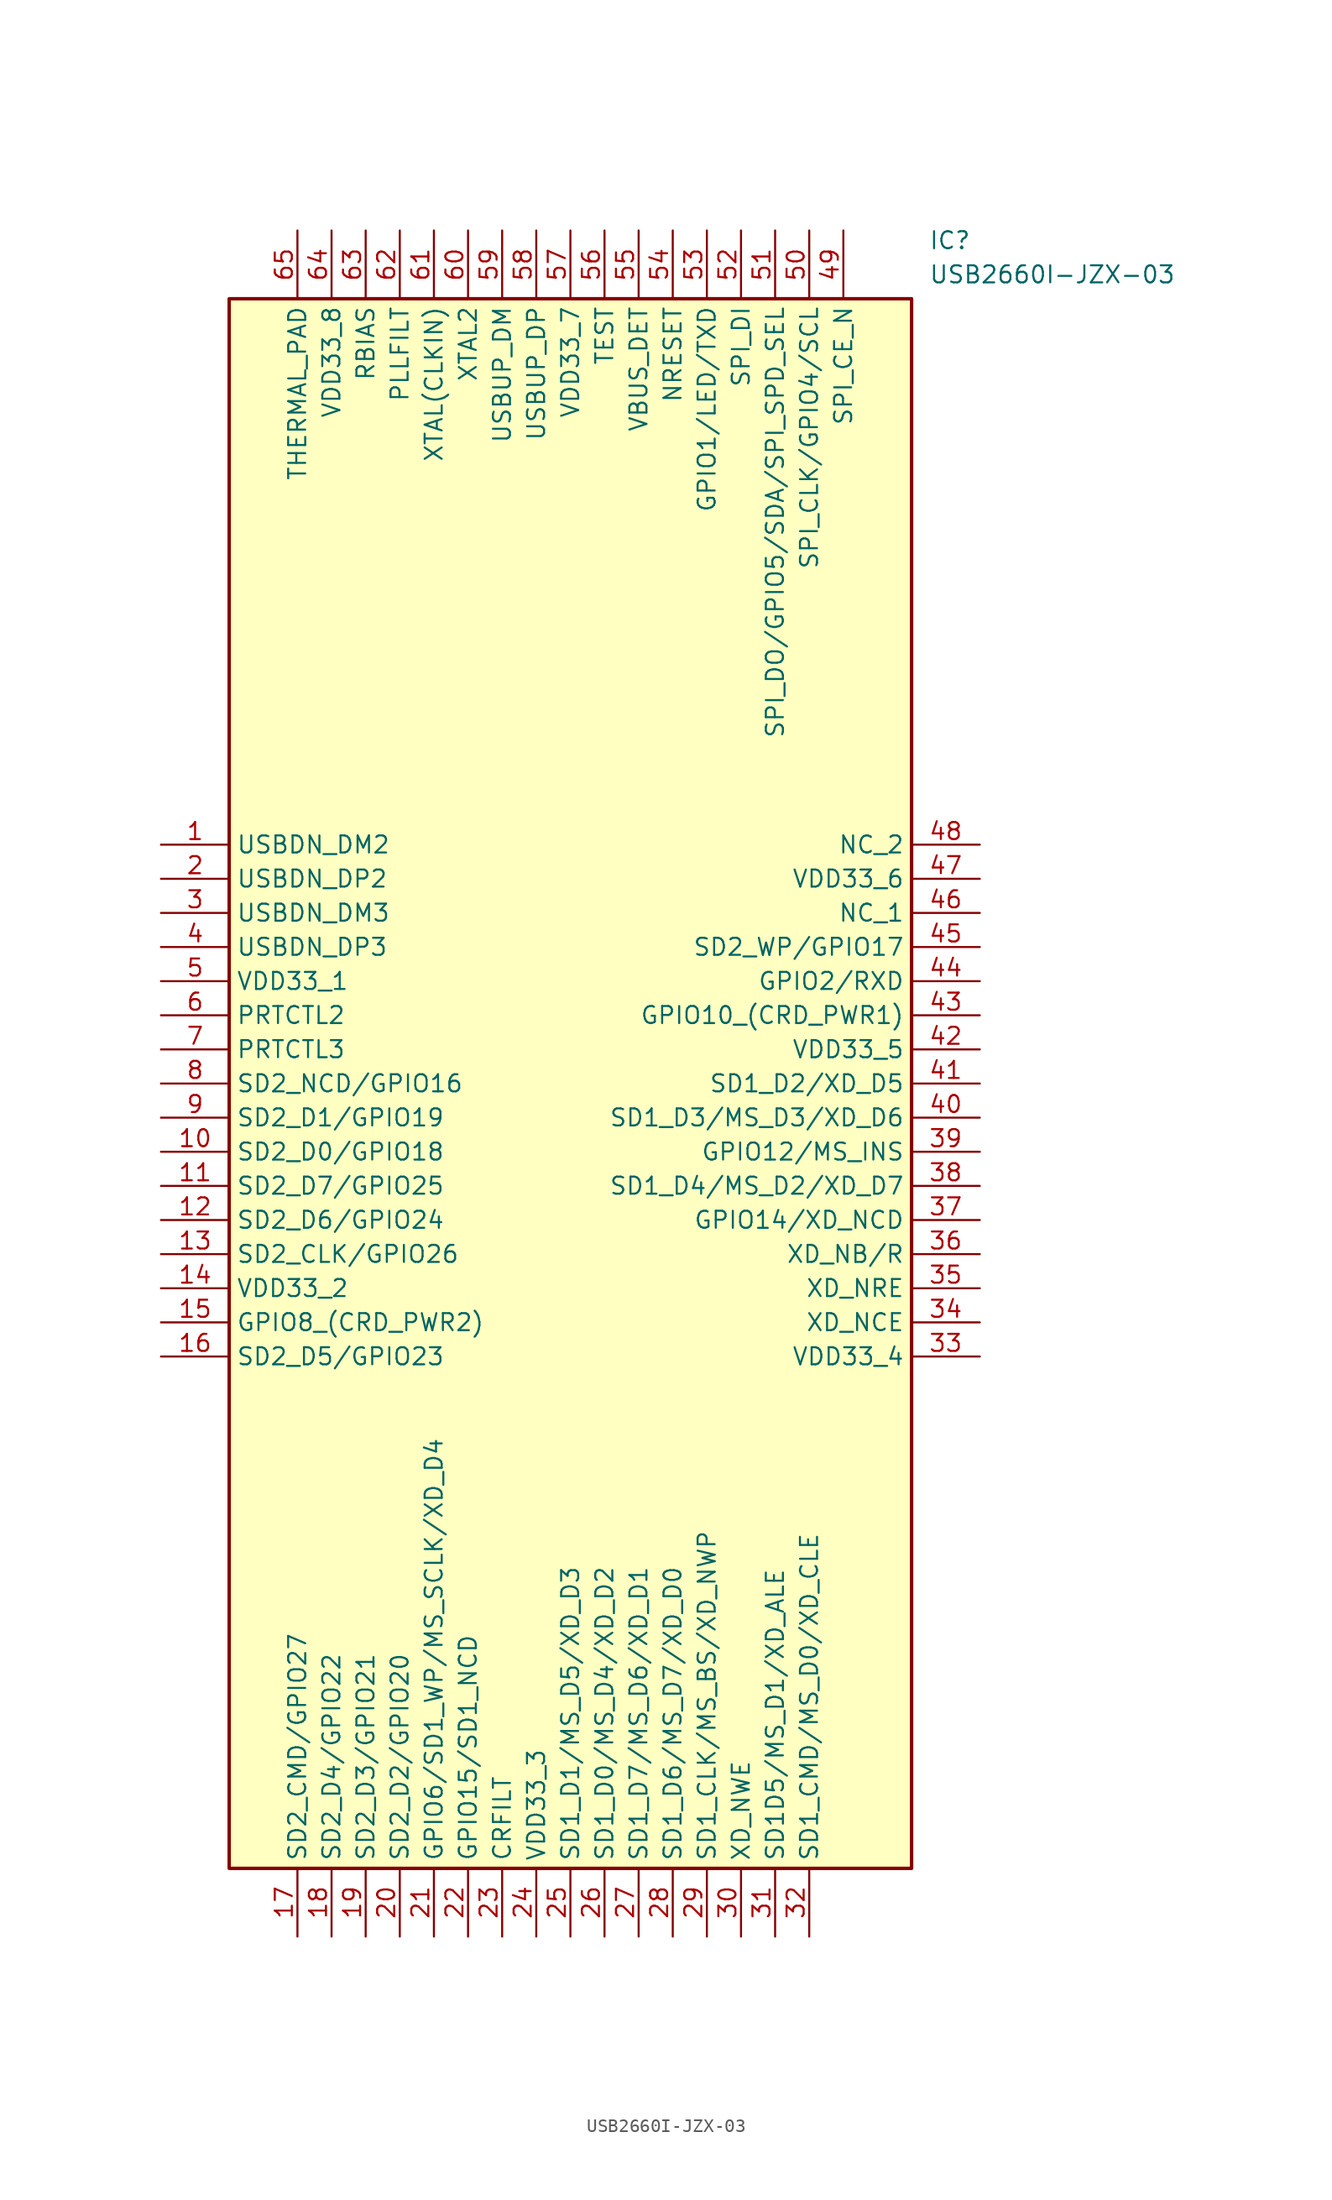
<source format=kicad_sym>
(kicad_symbol_lib
  (version 20211014)
  (generator SamacSys_ECAD_Model)
  (symbol "USB2660I-JZX-03"
    (property "Reference" "IC"
      (at 57.15 45.72 0)
      (effects (font (size 1.27 1.27)) (justify left top)))
    (property "Value" "USB2660I-JZX-03"
      (at 57.15 43.18 0)
      (effects (font (size 1.27 1.27)) (justify left top)))
    (rectangle
      (start 5.08 40.64)
      (end 55.88 -76.2)
      (stroke (width 0.254) (type default))
      (fill (type background)))
    (pin passive line
      (at 0 0 0)
      (length 5.08)
      (name "USBDN_DM2" (effects (font (size 1.27 1.27))))
      (number "1" (effects (font (size 1.27 1.27)))))
    (pin passive line
      (at 0 -2.54 0)
      (length 5.08)
      (name "USBDN_DP2" (effects (font (size 1.27 1.27))))
      (number "2" (effects (font (size 1.27 1.27)))))
    (pin passive line
      (at 0 -5.08 0)
      (length 5.08)
      (name "USBDN_DM3" (effects (font (size 1.27 1.27))))
      (number "3" (effects (font (size 1.27 1.27)))))
    (pin passive line
      (at 0 -7.62 0)
      (length 5.08)
      (name "USBDN_DP3" (effects (font (size 1.27 1.27))))
      (number "4" (effects (font (size 1.27 1.27)))))
    (pin passive line
      (at 0 -10.16 0)
      (length 5.08)
      (name "VDD33_1" (effects (font (size 1.27 1.27))))
      (number "5" (effects (font (size 1.27 1.27)))))
    (pin passive line
      (at 0 -12.7 0)
      (length 5.08)
      (name "PRTCTL2" (effects (font (size 1.27 1.27))))
      (number "6" (effects (font (size 1.27 1.27)))))
    (pin passive line
      (at 0 -15.24 0)
      (length 5.08)
      (name "PRTCTL3" (effects (font (size 1.27 1.27))))
      (number "7" (effects (font (size 1.27 1.27)))))
    (pin passive line
      (at 0 -17.78 0)
      (length 5.08)
      (name "SD2_NCD/GPIO16" (effects (font (size 1.27 1.27))))
      (number "8" (effects (font (size 1.27 1.27)))))
    (pin passive line
      (at 0 -20.32 0)
      (length 5.08)
      (name "SD2_D1/GPIO19" (effects (font (size 1.27 1.27))))
      (number "9" (effects (font (size 1.27 1.27)))))
    (pin passive line
      (at 0 -22.86 0)
      (length 5.08)
      (name "SD2_D0/GPIO18" (effects (font (size 1.27 1.27))))
      (number "10" (effects (font (size 1.27 1.27)))))
    (pin passive line
      (at 0 -25.4 0)
      (length 5.08)
      (name "SD2_D7/GPIO25" (effects (font (size 1.27 1.27))))
      (number "11" (effects (font (size 1.27 1.27)))))
    (pin passive line
      (at 0 -27.94 0)
      (length 5.08)
      (name "SD2_D6/GPIO24" (effects (font (size 1.27 1.27))))
      (number "12" (effects (font (size 1.27 1.27)))))
    (pin passive line
      (at 0 -30.48 0)
      (length 5.08)
      (name "SD2_CLK/GPIO26" (effects (font (size 1.27 1.27))))
      (number "13" (effects (font (size 1.27 1.27)))))
    (pin passive line
      (at 0 -33.02 0)
      (length 5.08)
      (name "VDD33_2" (effects (font (size 1.27 1.27))))
      (number "14" (effects (font (size 1.27 1.27)))))
    (pin passive line
      (at 0 -35.56 0)
      (length 5.08)
      (name "GPIO8_(CRD_PWR2)" (effects (font (size 1.27 1.27))))
      (number "15" (effects (font (size 1.27 1.27)))))
    (pin passive line
      (at 0 -38.1 0)
      (length 5.08)
      (name "SD2_D5/GPIO23" (effects (font (size 1.27 1.27))))
      (number "16" (effects (font (size 1.27 1.27)))))
    (pin passive line
      (at 10.16 -81.28 90)
      (length 5.08)
      (name "SD2_CMD/GPIO27" (effects (font (size 1.27 1.27))))
      (number "17" (effects (font (size 1.27 1.27)))))
    (pin passive line
      (at 12.7 -81.28 90)
      (length 5.08)
      (name "SD2_D4/GPIO22" (effects (font (size 1.27 1.27))))
      (number "18" (effects (font (size 1.27 1.27)))))
    (pin passive line
      (at 15.24 -81.28 90)
      (length 5.08)
      (name "SD2_D3/GPIO21" (effects (font (size 1.27 1.27))))
      (number "19" (effects (font (size 1.27 1.27)))))
    (pin passive line
      (at 17.78 -81.28 90)
      (length 5.08)
      (name "SD2_D2/GPIO20" (effects (font (size 1.27 1.27))))
      (number "20" (effects (font (size 1.27 1.27)))))
    (pin passive line
      (at 20.32 -81.28 90)
      (length 5.08)
      (name "GPIO6/SD1_WP/MS_SCLK/XD_D4" (effects (font (size 1.27 1.27))))
      (number "21" (effects (font (size 1.27 1.27)))))
    (pin passive line
      (at 22.86 -81.28 90)
      (length 5.08)
      (name "GPIO15/SD1_NCD" (effects (font (size 1.27 1.27))))
      (number "22" (effects (font (size 1.27 1.27)))))
    (pin passive line
      (at 25.4 -81.28 90)
      (length 5.08)
      (name "CRFILT" (effects (font (size 1.27 1.27))))
      (number "23" (effects (font (size 1.27 1.27)))))
    (pin passive line
      (at 27.94 -81.28 90)
      (length 5.08)
      (name "VDD33_3" (effects (font (size 1.27 1.27))))
      (number "24" (effects (font (size 1.27 1.27)))))
    (pin passive line
      (at 30.48 -81.28 90)
      (length 5.08)
      (name "SD1_D1/MS_D5/XD_D3" (effects (font (size 1.27 1.27))))
      (number "25" (effects (font (size 1.27 1.27)))))
    (pin passive line
      (at 33.02 -81.28 90)
      (length 5.08)
      (name "SD1_D0/MS_D4/XD_D2" (effects (font (size 1.27 1.27))))
      (number "26" (effects (font (size 1.27 1.27)))))
    (pin passive line
      (at 35.56 -81.28 90)
      (length 5.08)
      (name "SD1_D7/MS_D6/XD_D1" (effects (font (size 1.27 1.27))))
      (number "27" (effects (font (size 1.27 1.27)))))
    (pin passive line
      (at 38.1 -81.28 90)
      (length 5.08)
      (name "SD1_D6/MS_D7/XD_D0" (effects (font (size 1.27 1.27))))
      (number "28" (effects (font (size 1.27 1.27)))))
    (pin passive line
      (at 40.64 -81.28 90)
      (length 5.08)
      (name "SD1_CLK/MS_BS/XD_NWP" (effects (font (size 1.27 1.27))))
      (number "29" (effects (font (size 1.27 1.27)))))
    (pin passive line
      (at 43.18 -81.28 90)
      (length 5.08)
      (name "XD_NWE" (effects (font (size 1.27 1.27))))
      (number "30" (effects (font (size 1.27 1.27)))))
    (pin passive line
      (at 45.72 -81.28 90)
      (length 5.08)
      (name "SD1D5/MS_D1/XD_ALE" (effects (font (size 1.27 1.27))))
      (number "31" (effects (font (size 1.27 1.27)))))
    (pin passive line
      (at 48.26 -81.28 90)
      (length 5.08)
      (name "SD1_CMD/MS_D0/XD_CLE" (effects (font (size 1.27 1.27))))
      (number "32" (effects (font (size 1.27 1.27)))))
    (pin passive line
      (at 60.96 0 180)
      (length 5.08)
      (name "NC_2" (effects (font (size 1.27 1.27))))
      (number "48" (effects (font (size 1.27 1.27)))))
    (pin passive line
      (at 60.96 -2.54 180)
      (length 5.08)
      (name "VDD33_6" (effects (font (size 1.27 1.27))))
      (number "47" (effects (font (size 1.27 1.27)))))
    (pin passive line
      (at 60.96 -5.08 180)
      (length 5.08)
      (name "NC_1" (effects (font (size 1.27 1.27))))
      (number "46" (effects (font (size 1.27 1.27)))))
    (pin passive line
      (at 60.96 -7.62 180)
      (length 5.08)
      (name "SD2_WP/GPIO17" (effects (font (size 1.27 1.27))))
      (number "45" (effects (font (size 1.27 1.27)))))
    (pin passive line
      (at 60.96 -10.16 180)
      (length 5.08)
      (name "GPIO2/RXD" (effects (font (size 1.27 1.27))))
      (number "44" (effects (font (size 1.27 1.27)))))
    (pin passive line
      (at 60.96 -12.7 180)
      (length 5.08)
      (name "GPIO10_(CRD_PWR1)" (effects (font (size 1.27 1.27))))
      (number "43" (effects (font (size 1.27 1.27)))))
    (pin passive line
      (at 60.96 -15.24 180)
      (length 5.08)
      (name "VDD33_5" (effects (font (size 1.27 1.27))))
      (number "42" (effects (font (size 1.27 1.27)))))
    (pin passive line
      (at 60.96 -17.78 180)
      (length 5.08)
      (name "SD1_D2/XD_D5" (effects (font (size 1.27 1.27))))
      (number "41" (effects (font (size 1.27 1.27)))))
    (pin passive line
      (at 60.96 -20.32 180)
      (length 5.08)
      (name "SD1_D3/MS_D3/XD_D6" (effects (font (size 1.27 1.27))))
      (number "40" (effects (font (size 1.27 1.27)))))
    (pin passive line
      (at 60.96 -22.86 180)
      (length 5.08)
      (name "GPIO12/MS_INS" (effects (font (size 1.27 1.27))))
      (number "39" (effects (font (size 1.27 1.27)))))
    (pin passive line
      (at 60.96 -25.4 180)
      (length 5.08)
      (name "SD1_D4/MS_D2/XD_D7" (effects (font (size 1.27 1.27))))
      (number "38" (effects (font (size 1.27 1.27)))))
    (pin passive line
      (at 60.96 -27.94 180)
      (length 5.08)
      (name "GPIO14/XD_NCD" (effects (font (size 1.27 1.27))))
      (number "37" (effects (font (size 1.27 1.27)))))
    (pin passive line
      (at 60.96 -30.48 180)
      (length 5.08)
      (name "XD_NB/R" (effects (font (size 1.27 1.27))))
      (number "36" (effects (font (size 1.27 1.27)))))
    (pin passive line
      (at 60.96 -33.02 180)
      (length 5.08)
      (name "XD_NRE" (effects (font (size 1.27 1.27))))
      (number "35" (effects (font (size 1.27 1.27)))))
    (pin passive line
      (at 60.96 -35.56 180)
      (length 5.08)
      (name "XD_NCE" (effects (font (size 1.27 1.27))))
      (number "34" (effects (font (size 1.27 1.27)))))
    (pin passive line
      (at 60.96 -38.1 180)
      (length 5.08)
      (name "VDD33_4" (effects (font (size 1.27 1.27))))
      (number "33" (effects (font (size 1.27 1.27)))))
    (pin passive line
      (at 10.16 45.72 270)
      (length 5.08)
      (name "THERMAL_PAD" (effects (font (size 1.27 1.27))))
      (number "65" (effects (font (size 1.27 1.27)))))
    (pin passive line
      (at 12.7 45.72 270)
      (length 5.08)
      (name "VDD33_8" (effects (font (size 1.27 1.27))))
      (number "64" (effects (font (size 1.27 1.27)))))
    (pin passive line
      (at 15.24 45.72 270)
      (length 5.08)
      (name "RBIAS" (effects (font (size 1.27 1.27))))
      (number "63" (effects (font (size 1.27 1.27)))))
    (pin passive line
      (at 17.78 45.72 270)
      (length 5.08)
      (name "PLLFILT" (effects (font (size 1.27 1.27))))
      (number "62" (effects (font (size 1.27 1.27)))))
    (pin passive line
      (at 20.32 45.72 270)
      (length 5.08)
      (name "XTAL(CLKIN)" (effects (font (size 1.27 1.27))))
      (number "61" (effects (font (size 1.27 1.27)))))
    (pin passive line
      (at 22.86 45.72 270)
      (length 5.08)
      (name "XTAL2" (effects (font (size 1.27 1.27))))
      (number "60" (effects (font (size 1.27 1.27)))))
    (pin passive line
      (at 25.4 45.72 270)
      (length 5.08)
      (name "USBUP_DM" (effects (font (size 1.27 1.27))))
      (number "59" (effects (font (size 1.27 1.27)))))
    (pin passive line
      (at 27.94 45.72 270)
      (length 5.08)
      (name "USBUP_DP" (effects (font (size 1.27 1.27))))
      (number "58" (effects (font (size 1.27 1.27)))))
    (pin passive line
      (at 30.48 45.72 270)
      (length 5.08)
      (name "VDD33_7" (effects (font (size 1.27 1.27))))
      (number "57" (effects (font (size 1.27 1.27)))))
    (pin passive line
      (at 33.02 45.72 270)
      (length 5.08)
      (name "TEST" (effects (font (size 1.27 1.27))))
      (number "56" (effects (font (size 1.27 1.27)))))
    (pin passive line
      (at 35.56 45.72 270)
      (length 5.08)
      (name "VBUS_DET" (effects (font (size 1.27 1.27))))
      (number "55" (effects (font (size 1.27 1.27)))))
    (pin passive line
      (at 38.1 45.72 270)
      (length 5.08)
      (name "NRESET" (effects (font (size 1.27 1.27))))
      (number "54" (effects (font (size 1.27 1.27)))))
    (pin passive line
      (at 40.64 45.72 270)
      (length 5.08)
      (name "GPIO1/LED/TXD" (effects (font (size 1.27 1.27))))
      (number "53" (effects (font (size 1.27 1.27)))))
    (pin passive line
      (at 43.18 45.72 270)
      (length 5.08)
      (name "SPI_DI" (effects (font (size 1.27 1.27))))
      (number "52" (effects (font (size 1.27 1.27)))))
    (pin passive line
      (at 45.72 45.72 270)
      (length 5.08)
      (name "SPI_DO/GPIO5/SDA/SPI_SPD_SEL" (effects (font (size 1.27 1.27))))
      (number "51" (effects (font (size 1.27 1.27)))))
    (pin passive line
      (at 48.26 45.72 270)
      (length 5.08)
      (name "SPI_CLK/GPIO4/SCL" (effects (font (size 1.27 1.27))))
      (number "50" (effects (font (size 1.27 1.27)))))
    (pin passive line
      (at 50.8 45.72 270)
      (length 5.08)
      (name "SPI_CE_N" (effects (font (size 1.27 1.27))))
      (number "49" (effects (font (size 1.27 1.27)))))))
</source>
